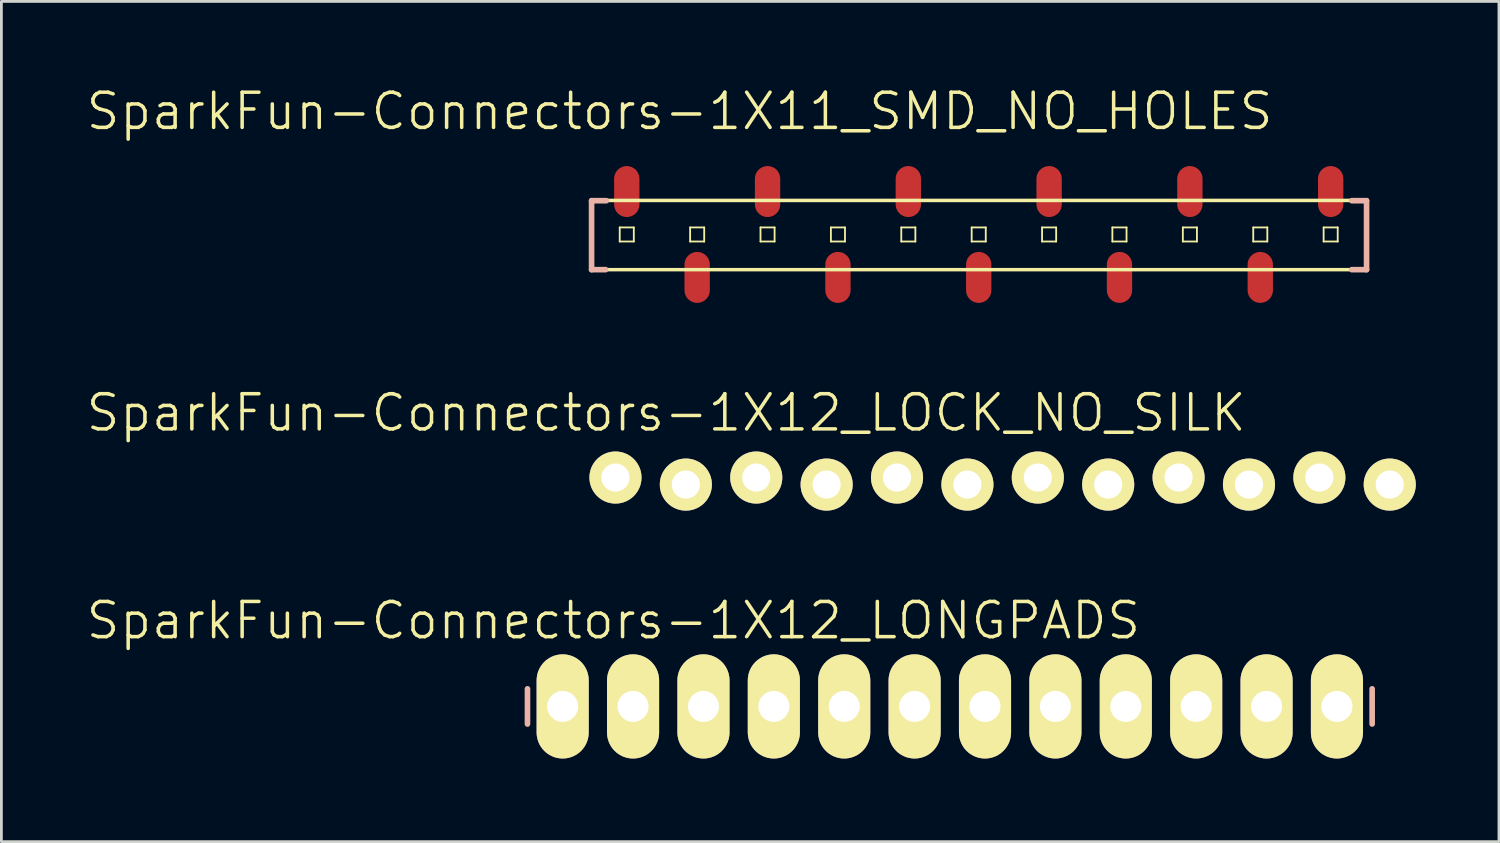
<source format=kicad_pcb>
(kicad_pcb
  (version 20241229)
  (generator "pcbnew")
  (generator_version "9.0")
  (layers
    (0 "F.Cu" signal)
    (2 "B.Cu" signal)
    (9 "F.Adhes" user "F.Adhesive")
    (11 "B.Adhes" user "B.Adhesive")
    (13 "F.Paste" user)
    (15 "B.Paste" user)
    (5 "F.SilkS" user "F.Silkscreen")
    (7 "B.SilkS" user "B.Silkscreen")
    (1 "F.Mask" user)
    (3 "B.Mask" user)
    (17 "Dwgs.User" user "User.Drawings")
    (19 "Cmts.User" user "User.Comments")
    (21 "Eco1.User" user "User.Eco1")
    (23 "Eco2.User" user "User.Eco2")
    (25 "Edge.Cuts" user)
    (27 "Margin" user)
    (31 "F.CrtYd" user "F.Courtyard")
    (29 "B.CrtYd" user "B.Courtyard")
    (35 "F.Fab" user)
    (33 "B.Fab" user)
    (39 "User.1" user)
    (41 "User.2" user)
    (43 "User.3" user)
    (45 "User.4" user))
  (footprint "SparkFun-Connectors-1X12_LOCK_NO_SILK"
    (layer "F.Cu")
    (at 19.159 14.309)
    (property "Reference" "SparkFun-Connectors-1X12_LOCK_NO_SILK" (at 1.829 -2.464 0) (layer "F.SilkS") (effects (font (size 1.27 1.27) (thickness 0.127))))
    (attr exclude_from_pos_files exclude_from_bom)
    (fp_line (start -0.254 -0.254) (end 0.254 -0.254) (stroke (width 0.066) (type solid)) (layer "F.SilkS"))
    (fp_line (start -0.254 0.254) (end -0.254 -0.254) (stroke (width 0.066) (type solid)) (layer "F.SilkS"))
    (fp_line (start -0.254 0.254) (end 0.254 0.254) (stroke (width 0.066) (type solid)) (layer "F.SilkS"))
    (fp_line (start 0.254 0.254) (end 0.254 -0.254) (stroke (width 0.066) (type solid)) (layer "F.SilkS"))
    (fp_line (start 2.286 -0.254) (end 2.794 -0.254) (stroke (width 0.066) (type solid)) (layer "F.SilkS"))
    (fp_line (start 2.286 0.254) (end 2.286 -0.254) (stroke (width 0.066) (type solid)) (layer "F.SilkS"))
    (fp_line (start 2.286 0.254) (end 2.794 0.254) (stroke (width 0.066) (type solid)) (layer "F.SilkS"))
    (fp_line (start 2.794 0.254) (end 2.794 -0.254) (stroke (width 0.066) (type solid)) (layer "F.SilkS"))
    (fp_line (start 4.826 -0.254) (end 5.334 -0.254) (stroke (width 0.066) (type solid)) (layer "F.SilkS"))
    (fp_line (start 4.826 0.254) (end 4.826 -0.254) (stroke (width 0.066) (type solid)) (layer "F.SilkS"))
    (fp_line (start 4.826 0.254) (end 5.334 0.254) (stroke (width 0.066) (type solid)) (layer "F.SilkS"))
    (fp_line (start 5.334 0.254) (end 5.334 -0.254) (stroke (width 0.066) (type solid)) (layer "F.SilkS"))
    (fp_line (start 7.366 -0.254) (end 7.874 -0.254) (stroke (width 0.066) (type solid)) (layer "F.SilkS"))
    (fp_line (start 7.366 0.254) (end 7.366 -0.254) (stroke (width 0.066) (type solid)) (layer "F.SilkS"))
    (fp_line (start 7.366 0.254) (end 7.874 0.254) (stroke (width 0.066) (type solid)) (layer "F.SilkS"))
    (fp_line (start 7.874 0.254) (end 7.874 -0.254) (stroke (width 0.066) (type solid)) (layer "F.SilkS"))
    (fp_line (start 9.906 -0.254) (end 10.414 -0.254) (stroke (width 0.066) (type solid)) (layer "F.SilkS"))
    (fp_line (start 9.906 0.254) (end 9.906 -0.254) (stroke (width 0.066) (type solid)) (layer "F.SilkS"))
    (fp_line (start 9.906 0.254) (end 10.414 0.254) (stroke (width 0.066) (type solid)) (layer "F.SilkS"))
    (fp_line (start 10.414 0.254) (end 10.414 -0.254) (stroke (width 0.066) (type solid)) (layer "F.SilkS"))
    (fp_line (start 12.446 -0.254) (end 12.954 -0.254) (stroke (width 0.066) (type solid)) (layer "F.SilkS"))
    (fp_line (start 12.446 0.254) (end 12.446 -0.254) (stroke (width 0.066) (type solid)) (layer "F.SilkS"))
    (fp_line (start 12.446 0.254) (end 12.954 0.254) (stroke (width 0.066) (type solid)) (layer "F.SilkS"))
    (fp_line (start 12.954 0.254) (end 12.954 -0.254) (stroke (width 0.066) (type solid)) (layer "F.SilkS"))
    (fp_line (start 14.986 -0.254) (end 15.494 -0.254) (stroke (width 0.066) (type solid)) (layer "F.SilkS"))
    (fp_line (start 14.986 0.254) (end 14.986 -0.254) (stroke (width 0.066) (type solid)) (layer "F.SilkS"))
    (fp_line (start 14.986 0.254) (end 15.494 0.254) (stroke (width 0.066) (type solid)) (layer "F.SilkS"))
    (fp_line (start 15.494 0.254) (end 15.494 -0.254) (stroke (width 0.066) (type solid)) (layer "F.SilkS"))
    (fp_line (start 17.523 -0.254) (end 18.034 -0.254) (stroke (width 0.066) (type solid)) (layer "F.SilkS"))
    (fp_line (start 17.523 0.254) (end 17.523 -0.254) (stroke (width 0.066) (type solid)) (layer "F.SilkS"))
    (fp_line (start 17.523 0.254) (end 18.034 0.254) (stroke (width 0.066) (type solid)) (layer "F.SilkS"))
    (fp_line (start 18.034 0.254) (end 18.034 -0.254) (stroke (width 0.066) (type solid)) (layer "F.SilkS"))
    (fp_line (start 20.066 -0.254) (end 20.574 -0.254) (stroke (width 0.066) (type solid)) (layer "F.SilkS"))
    (fp_line (start 20.066 0.254) (end 20.066 -0.254) (stroke (width 0.066) (type solid)) (layer "F.SilkS"))
    (fp_line (start 20.066 0.254) (end 20.574 0.254) (stroke (width 0.066) (type solid)) (layer "F.SilkS"))
    (fp_line (start 20.574 0.254) (end 20.574 -0.254) (stroke (width 0.066) (type solid)) (layer "F.SilkS"))
    (fp_line (start 22.606 -0.254) (end 23.114 -0.254) (stroke (width 0.066) (type solid)) (layer "F.SilkS"))
    (fp_line (start 22.606 0.254) (end 22.606 -0.254) (stroke (width 0.066) (type solid)) (layer "F.SilkS"))
    (fp_line (start 22.606 0.254) (end 23.114 0.254) (stroke (width 0.066) (type solid)) (layer "F.SilkS"))
    (fp_line (start 23.114 0.254) (end 23.114 -0.254) (stroke (width 0.066) (type solid)) (layer "F.SilkS"))
    (fp_line (start 25.146 -0.254) (end 25.654 -0.254) (stroke (width 0.066) (type solid)) (layer "F.SilkS"))
    (fp_line (start 25.146 0.254) (end 25.146 -0.254) (stroke (width 0.066) (type solid)) (layer "F.SilkS"))
    (fp_line (start 25.146 0.254) (end 25.654 0.254) (stroke (width 0.066) (type solid)) (layer "F.SilkS"))
    (fp_line (start 25.654 0.254) (end 25.654 -0.254) (stroke (width 0.066) (type solid)) (layer "F.SilkS"))
    (fp_line (start 27.686 -0.254) (end 28.194 -0.254) (stroke (width 0.066) (type solid)) (layer "F.SilkS"))
    (fp_line (start 27.686 0.254) (end 27.686 -0.254) (stroke (width 0.066) (type solid)) (layer "F.SilkS"))
    (fp_line (start 27.686 0.254) (end 28.194 0.254) (stroke (width 0.066) (type solid)) (layer "F.SilkS"))
    (fp_line (start 28.194 0.254) (end 28.194 -0.254) (stroke (width 0.066) (type solid)) (layer "F.SilkS"))
    (pad "1" thru_hole circle (at 0 -0.127) (size 1.88 1.88) (drill 1.016) (layers "*.Cu" "F.Mask" "F.SilkS" "F.Paste"))
    (pad "2" thru_hole circle (at 2.54 0.127) (size 1.88 1.88) (drill 1.016) (layers "*.Cu" "F.Mask" "F.SilkS" "F.Paste"))
    (pad "3" thru_hole circle (at 5.08 -0.127) (size 1.88 1.88) (drill 1.016) (layers "*.Cu" "F.Mask" "F.SilkS" "F.Paste"))
    (pad "4" thru_hole circle (at 7.62 0.127) (size 1.88 1.88) (drill 1.016) (layers "*.Cu" "F.Mask" "F.SilkS" "F.Paste"))
    (pad "5" thru_hole circle (at 10.16 -0.127) (size 1.88 1.88) (drill 1.016) (layers "*.Cu" "F.Mask" "F.SilkS" "F.Paste"))
    (pad "6" thru_hole circle (at 12.7 0.127) (size 1.88 1.88) (drill 1.016) (layers "*.Cu" "F.Mask" "F.SilkS" "F.Paste"))
    (pad "7" thru_hole circle (at 15.24 -0.127) (size 1.88 1.88) (drill 1.016) (layers "*.Cu" "F.Mask" "F.SilkS" "F.Paste"))
    (pad "8" thru_hole circle (at 17.78 0.127) (size 1.88 1.88) (drill 1.016) (layers "*.Cu" "F.Mask" "F.SilkS" "F.Paste"))
    (pad "9" thru_hole circle (at 20.32 -0.127) (size 1.88 1.88) (drill 1.016) (layers "*.Cu" "F.Mask" "F.SilkS" "F.Paste"))
    (pad "10" thru_hole circle (at 22.86 0.127) (size 1.88 1.88) (drill 1.016) (layers "*.Cu" "F.Mask" "F.SilkS" "F.Paste"))
    (pad "11" thru_hole circle (at 25.4 -0.127) (size 1.88 1.88) (drill 1.016) (layers "*.Cu" "F.Mask" "F.SilkS" "F.Paste"))
    (pad "12" thru_hole circle (at 27.94 0.127) (size 1.88 1.88) (drill 1.016) (layers "*.Cu" "F.Mask" "F.SilkS" "F.Paste")))
  (footprint "SparkFun-Connectors-1X11_SMD_NO_HOLES"
    (layer "F.Cu")
    (at 19.567 5.411)
    (property "Reference" "SparkFun-Connectors-1X11_SMD_NO_HOLES" (at 1.905 -4.445 0) (layer "F.SilkS") (effects (font (size 1.27 1.27) (thickness 0.127))))
    (attr smd)
    (fp_line (start -1.27 -1.229) (end 26.67 -1.229) (stroke (width 0.127) (type solid)) (layer "F.SilkS"))
    (fp_line (start -1.27 1.27) (end -1.27 -1.229) (stroke (width 0.127) (type solid)) (layer "F.SilkS"))
    (fp_line (start -1.27 1.27) (end 26.67 1.27) (stroke (width 0.127) (type solid)) (layer "F.SilkS"))
    (fp_line (start -0.254 -0.254) (end 0.254 -0.254) (stroke (width 0.066) (type solid)) (layer "F.SilkS"))
    (fp_line (start -0.254 0.254) (end -0.254 -0.254) (stroke (width 0.066) (type solid)) (layer "F.SilkS"))
    (fp_line (start -0.254 0.254) (end 0.254 0.254) (stroke (width 0.066) (type solid)) (layer "F.SilkS"))
    (fp_line (start 0.254 0.254) (end 0.254 -0.254) (stroke (width 0.066) (type solid)) (layer "F.SilkS"))
    (fp_line (start 2.286 -0.254) (end 2.794 -0.254) (stroke (width 0.066) (type solid)) (layer "F.SilkS"))
    (fp_line (start 2.286 0.254) (end 2.286 -0.254) (stroke (width 0.066) (type solid)) (layer "F.SilkS"))
    (fp_line (start 2.286 0.254) (end 2.794 0.254) (stroke (width 0.066) (type solid)) (layer "F.SilkS"))
    (fp_line (start 2.794 0.254) (end 2.794 -0.254) (stroke (width 0.066) (type solid)) (layer "F.SilkS"))
    (fp_line (start 4.826 -0.254) (end 5.334 -0.254) (stroke (width 0.066) (type solid)) (layer "F.SilkS"))
    (fp_line (start 4.826 0.254) (end 4.826 -0.254) (stroke (width 0.066) (type solid)) (layer "F.SilkS"))
    (fp_line (start 4.826 0.254) (end 5.334 0.254) (stroke (width 0.066) (type solid)) (layer "F.SilkS"))
    (fp_line (start 5.334 0.254) (end 5.334 -0.254) (stroke (width 0.066) (type solid)) (layer "F.SilkS"))
    (fp_line (start 7.366 -0.254) (end 7.874 -0.254) (stroke (width 0.066) (type solid)) (layer "F.SilkS"))
    (fp_line (start 7.366 0.254) (end 7.366 -0.254) (stroke (width 0.066) (type solid)) (layer "F.SilkS"))
    (fp_line (start 7.366 0.254) (end 7.874 0.254) (stroke (width 0.066) (type solid)) (layer "F.SilkS"))
    (fp_line (start 7.874 0.254) (end 7.874 -0.254) (stroke (width 0.066) (type solid)) (layer "F.SilkS"))
    (fp_line (start 9.906 -0.254) (end 10.414 -0.254) (stroke (width 0.066) (type solid)) (layer "F.SilkS"))
    (fp_line (start 9.906 0.254) (end 9.906 -0.254) (stroke (width 0.066) (type solid)) (layer "F.SilkS"))
    (fp_line (start 9.906 0.254) (end 10.414 0.254) (stroke (width 0.066) (type solid)) (layer "F.SilkS"))
    (fp_line (start 10.414 0.254) (end 10.414 -0.254) (stroke (width 0.066) (type solid)) (layer "F.SilkS"))
    (fp_line (start 12.446 -0.254) (end 12.954 -0.254) (stroke (width 0.066) (type solid)) (layer "F.SilkS"))
    (fp_line (start 12.446 0.254) (end 12.446 -0.254) (stroke (width 0.066) (type solid)) (layer "F.SilkS"))
    (fp_line (start 12.446 0.254) (end 12.954 0.254) (stroke (width 0.066) (type solid)) (layer "F.SilkS"))
    (fp_line (start 12.954 0.254) (end 12.954 -0.254) (stroke (width 0.066) (type solid)) (layer "F.SilkS"))
    (fp_line (start 14.986 -0.254) (end 15.494 -0.254) (stroke (width 0.066) (type solid)) (layer "F.SilkS"))
    (fp_line (start 14.986 0.254) (end 14.986 -0.254) (stroke (width 0.066) (type solid)) (layer "F.SilkS"))
    (fp_line (start 14.986 0.254) (end 15.494 0.254) (stroke (width 0.066) (type solid)) (layer "F.SilkS"))
    (fp_line (start 15.494 0.254) (end 15.494 -0.254) (stroke (width 0.066) (type solid)) (layer "F.SilkS"))
    (fp_line (start 17.523 -0.254) (end 18.034 -0.254) (stroke (width 0.066) (type solid)) (layer "F.SilkS"))
    (fp_line (start 17.523 0.254) (end 17.523 -0.254) (stroke (width 0.066) (type solid)) (layer "F.SilkS"))
    (fp_line (start 17.523 0.254) (end 18.034 0.254) (stroke (width 0.066) (type solid)) (layer "F.SilkS"))
    (fp_line (start 18.034 0.254) (end 18.034 -0.254) (stroke (width 0.066) (type solid)) (layer "F.SilkS"))
    (fp_line (start 20.066 -0.254) (end 20.574 -0.254) (stroke (width 0.066) (type solid)) (layer "F.SilkS"))
    (fp_line (start 20.066 0.254) (end 20.066 -0.254) (stroke (width 0.066) (type solid)) (layer "F.SilkS"))
    (fp_line (start 20.066 0.254) (end 20.574 0.254) (stroke (width 0.066) (type solid)) (layer "F.SilkS"))
    (fp_line (start 20.574 0.254) (end 20.574 -0.254) (stroke (width 0.066) (type solid)) (layer "F.SilkS"))
    (fp_line (start 22.606 -0.254) (end 23.114 -0.254) (stroke (width 0.066) (type solid)) (layer "F.SilkS"))
    (fp_line (start 22.606 0.254) (end 22.606 -0.254) (stroke (width 0.066) (type solid)) (layer "F.SilkS"))
    (fp_line (start 22.606 0.254) (end 23.114 0.254) (stroke (width 0.066) (type solid)) (layer "F.SilkS"))
    (fp_line (start 23.114 0.254) (end 23.114 -0.254) (stroke (width 0.066) (type solid)) (layer "F.SilkS"))
    (fp_line (start 25.146 -0.254) (end 25.654 -0.254) (stroke (width 0.066) (type solid)) (layer "F.SilkS"))
    (fp_line (start 25.146 0.254) (end 25.146 -0.254) (stroke (width 0.066) (type solid)) (layer "F.SilkS"))
    (fp_line (start 25.146 0.254) (end 25.654 0.254) (stroke (width 0.066) (type solid)) (layer "F.SilkS"))
    (fp_line (start 25.654 0.254) (end 25.654 -0.254) (stroke (width 0.066) (type solid)) (layer "F.SilkS"))
    (fp_line (start 26.67 1.27) (end 26.67 -1.229) (stroke (width 0.127) (type solid)) (layer "F.SilkS"))
    (fp_line (start -1.27 -1.219) (end -1.27 1.27) (stroke (width 0.203) (type solid)) (layer "B.SilkS"))
    (fp_line (start -1.27 1.27) (end -0.762 1.27) (stroke (width 0.203) (type solid)) (layer "B.SilkS"))
    (fp_line (start -0.737 -1.219) (end -1.27 -1.219) (stroke (width 0.203) (type solid)) (layer "B.SilkS"))
    (fp_line (start 26.695 -1.219) (end 26.162 -1.219) (stroke (width 0.203) (type solid)) (layer "B.SilkS"))
    (fp_line (start 26.695 -1.219) (end 26.695 1.27) (stroke (width 0.203) (type solid)) (layer "B.SilkS"))
    (fp_line (start 26.695 1.27) (end 26.162 1.27) (stroke (width 0.203) (type solid)) (layer "B.SilkS"))
    (pad "P$1" smd oval (at 0 -1.549 90) (size 1.839 0.914) (layers "F.Cu" "F.Mask" "F.Paste"))
    (pad "P$2" smd oval (at 2.54 1.549 90) (size 1.839 0.914) (layers "F.Cu" "F.Mask" "F.Paste"))
    (pad "P$3" smd oval (at 5.08 -1.549 90) (size 1.839 0.914) (layers "F.Cu" "F.Mask" "F.Paste"))
    (pad "P$4" smd oval (at 7.62 1.549 90) (size 1.839 0.914) (layers "F.Cu" "F.Mask" "F.Paste"))
    (pad "P$5" smd oval (at 10.16 -1.549 90) (size 1.839 0.914) (layers "F.Cu" "F.Mask" "F.Paste"))
    (pad "P$6" smd oval (at 12.7 1.549 90) (size 1.839 0.914) (layers "F.Cu" "F.Mask" "F.Paste"))
    (pad "P$7" smd oval (at 15.24 -1.549 90) (size 1.839 0.914) (layers "F.Cu" "F.Mask" "F.Paste"))
    (pad "P$8" smd oval (at 17.78 1.549 90) (size 1.839 0.914) (layers "F.Cu" "F.Mask" "F.Paste"))
    (pad "P$9" smd oval (at 20.32 -1.549 90) (size 1.839 0.914) (layers "F.Cu" "F.Mask" "F.Paste"))
    (pad "P$10" smd oval (at 22.86 1.549 90) (size 1.839 0.914) (layers "F.Cu" "F.Mask" "F.Paste"))
    (pad "P$11" smd oval (at 25.4 -1.549 90) (size 1.839 0.914) (layers "F.Cu" "F.Mask" "F.Paste")))
  (footprint "SparkFun-Connectors-1X12_LONGPADS"
    (layer "F.Cu")
    (at 17.254 22.441)
    (property "Reference" "SparkFun-Connectors-1X12_LONGPADS" (at 1.829 -3.099 0) (layer "F.SilkS") (effects (font (size 1.27 1.27) (thickness 0.127))))
    (attr exclude_from_pos_files exclude_from_bom)
    (fp_line (start -0.254 -0.254) (end 0.254 -0.254) (stroke (width 0.066) (type solid)) (layer "F.SilkS"))
    (fp_line (start -0.254 0.254) (end -0.254 -0.254) (stroke (width 0.066) (type solid)) (layer "F.SilkS"))
    (fp_line (start -0.254 0.254) (end 0.254 0.254) (stroke (width 0.066) (type solid)) (layer "F.SilkS"))
    (fp_line (start 0.254 0.254) (end 0.254 -0.254) (stroke (width 0.066) (type solid)) (layer "F.SilkS"))
    (fp_line (start 2.286 -0.254) (end 2.794 -0.254) (stroke (width 0.066) (type solid)) (layer "F.SilkS"))
    (fp_line (start 2.286 0.254) (end 2.286 -0.254) (stroke (width 0.066) (type solid)) (layer "F.SilkS"))
    (fp_line (start 2.286 0.254) (end 2.794 0.254) (stroke (width 0.066) (type solid)) (layer "F.SilkS"))
    (fp_line (start 2.794 0.254) (end 2.794 -0.254) (stroke (width 0.066) (type solid)) (layer "F.SilkS"))
    (fp_line (start 4.826 -0.254) (end 5.334 -0.254) (stroke (width 0.066) (type solid)) (layer "F.SilkS"))
    (fp_line (start 4.826 0.254) (end 4.826 -0.254) (stroke (width 0.066) (type solid)) (layer "F.SilkS"))
    (fp_line (start 4.826 0.254) (end 5.334 0.254) (stroke (width 0.066) (type solid)) (layer "F.SilkS"))
    (fp_line (start 5.334 0.254) (end 5.334 -0.254) (stroke (width 0.066) (type solid)) (layer "F.SilkS"))
    (fp_line (start 7.366 -0.254) (end 7.874 -0.254) (stroke (width 0.066) (type solid)) (layer "F.SilkS"))
    (fp_line (start 7.366 0.254) (end 7.366 -0.254) (stroke (width 0.066) (type solid)) (layer "F.SilkS"))
    (fp_line (start 7.366 0.254) (end 7.874 0.254) (stroke (width 0.066) (type solid)) (layer "F.SilkS"))
    (fp_line (start 7.874 0.254) (end 7.874 -0.254) (stroke (width 0.066) (type solid)) (layer "F.SilkS"))
    (fp_line (start 9.906 -0.254) (end 10.414 -0.254) (stroke (width 0.066) (type solid)) (layer "F.SilkS"))
    (fp_line (start 9.906 0.254) (end 9.906 -0.254) (stroke (width 0.066) (type solid)) (layer "F.SilkS"))
    (fp_line (start 9.906 0.254) (end 10.414 0.254) (stroke (width 0.066) (type solid)) (layer "F.SilkS"))
    (fp_line (start 10.414 0.254) (end 10.414 -0.254) (stroke (width 0.066) (type solid)) (layer "F.SilkS"))
    (fp_line (start 12.446 -0.254) (end 12.954 -0.254) (stroke (width 0.066) (type solid)) (layer "F.SilkS"))
    (fp_line (start 12.446 0.254) (end 12.446 -0.254) (stroke (width 0.066) (type solid)) (layer "F.SilkS"))
    (fp_line (start 12.446 0.254) (end 12.954 0.254) (stroke (width 0.066) (type solid)) (layer "F.SilkS"))
    (fp_line (start 12.954 0.254) (end 12.954 -0.254) (stroke (width 0.066) (type solid)) (layer "F.SilkS"))
    (fp_line (start 14.986 -0.254) (end 15.494 -0.254) (stroke (width 0.066) (type solid)) (layer "F.SilkS"))
    (fp_line (start 14.986 0.254) (end 14.986 -0.254) (stroke (width 0.066) (type solid)) (layer "F.SilkS"))
    (fp_line (start 14.986 0.254) (end 15.494 0.254) (stroke (width 0.066) (type solid)) (layer "F.SilkS"))
    (fp_line (start 15.494 0.254) (end 15.494 -0.254) (stroke (width 0.066) (type solid)) (layer "F.SilkS"))
    (fp_line (start 17.523 -0.254) (end 18.034 -0.254) (stroke (width 0.066) (type solid)) (layer "F.SilkS"))
    (fp_line (start 17.523 0.254) (end 17.523 -0.254) (stroke (width 0.066) (type solid)) (layer "F.SilkS"))
    (fp_line (start 17.523 0.254) (end 18.034 0.254) (stroke (width 0.066) (type solid)) (layer "F.SilkS"))
    (fp_line (start 18.034 0.254) (end 18.034 -0.254) (stroke (width 0.066) (type solid)) (layer "F.SilkS"))
    (fp_line (start 20.066 -0.254) (end 20.574 -0.254) (stroke (width 0.066) (type solid)) (layer "F.SilkS"))
    (fp_line (start 20.066 0.254) (end 20.066 -0.254) (stroke (width 0.066) (type solid)) (layer "F.SilkS"))
    (fp_line (start 20.066 0.254) (end 20.574 0.254) (stroke (width 0.066) (type solid)) (layer "F.SilkS"))
    (fp_line (start 20.574 0.254) (end 20.574 -0.254) (stroke (width 0.066) (type solid)) (layer "F.SilkS"))
    (fp_line (start 22.606 -0.254) (end 23.114 -0.254) (stroke (width 0.066) (type solid)) (layer "F.SilkS"))
    (fp_line (start 22.606 0.254) (end 22.606 -0.254) (stroke (width 0.066) (type solid)) (layer "F.SilkS"))
    (fp_line (start 22.606 0.254) (end 23.114 0.254) (stroke (width 0.066) (type solid)) (layer "F.SilkS"))
    (fp_line (start 23.114 0.254) (end 23.114 -0.254) (stroke (width 0.066) (type solid)) (layer "F.SilkS"))
    (fp_line (start 25.146 -0.254) (end 25.654 -0.254) (stroke (width 0.066) (type solid)) (layer "F.SilkS"))
    (fp_line (start 25.146 0.254) (end 25.146 -0.254) (stroke (width 0.066) (type solid)) (layer "F.SilkS"))
    (fp_line (start 25.146 0.254) (end 25.654 0.254) (stroke (width 0.066) (type solid)) (layer "F.SilkS"))
    (fp_line (start 25.654 0.254) (end 25.654 -0.254) (stroke (width 0.066) (type solid)) (layer "F.SilkS"))
    (fp_line (start 27.686 -0.254) (end 28.194 -0.254) (stroke (width 0.066) (type solid)) (layer "F.SilkS"))
    (fp_line (start 27.686 0.254) (end 27.686 -0.254) (stroke (width 0.066) (type solid)) (layer "F.SilkS"))
    (fp_line (start 27.686 0.254) (end 28.194 0.254) (stroke (width 0.066) (type solid)) (layer "F.SilkS"))
    (fp_line (start 28.194 0.254) (end 28.194 -0.254) (stroke (width 0.066) (type solid)) (layer "F.SilkS"))
    (fp_line (start -1.27 -0.635) (end -1.27 0.635) (stroke (width 0.203) (type solid)) (layer "B.SilkS"))
    (fp_line (start 29.21 -0.635) (end 29.21 0.635) (stroke (width 0.203) (type solid)) (layer "B.SilkS"))
    (pad "1" thru_hole oval (at 0 0 180) (size 1.88 3.759) (drill 1.118) (layers "*.Cu" "F.Mask" "F.SilkS" "F.Paste"))
    (pad "2" thru_hole oval (at 2.54 0 180) (size 1.88 3.759) (drill 1.118) (layers "*.Cu" "F.Mask" "F.SilkS" "F.Paste"))
    (pad "3" thru_hole oval (at 5.08 0 180) (size 1.88 3.759) (drill 1.118) (layers "*.Cu" "F.Mask" "F.SilkS" "F.Paste"))
    (pad "4" thru_hole oval (at 7.62 0 180) (size 1.88 3.759) (drill 1.118) (layers "*.Cu" "F.Mask" "F.SilkS" "F.Paste"))
    (pad "5" thru_hole oval (at 10.16 0 180) (size 1.88 3.759) (drill 1.118) (layers "*.Cu" "F.Mask" "F.SilkS" "F.Paste"))
    (pad "6" thru_hole oval (at 12.7 0 180) (size 1.88 3.759) (drill 1.118) (layers "*.Cu" "F.Mask" "F.SilkS" "F.Paste"))
    (pad "7" thru_hole oval (at 15.24 0 180) (size 1.88 3.759) (drill 1.118) (layers "*.Cu" "F.Mask" "F.SilkS" "F.Paste"))
    (pad "8" thru_hole oval (at 17.78 0 180) (size 1.88 3.759) (drill 1.118) (layers "*.Cu" "F.Mask" "F.SilkS" "F.Paste"))
    (pad "9" thru_hole oval (at 20.32 0 180) (size 1.88 3.759) (drill 1.118) (layers "*.Cu" "F.Mask" "F.SilkS" "F.Paste"))
    (pad "10" thru_hole oval (at 22.86 0 180) (size 1.88 3.759) (drill 1.118) (layers "*.Cu" "F.Mask" "F.SilkS" "F.Paste"))
    (pad "11" thru_hole oval (at 25.4 0 180) (size 1.88 3.759) (drill 1.118) (layers "*.Cu" "F.Mask" "F.SilkS" "F.Paste"))
    (pad "12" thru_hole oval (at 27.94 0 180) (size 1.88 3.759) (drill 1.118) (layers "*.Cu" "F.Mask" "F.SilkS" "F.Paste")))
  (gr_rect
    (start -3 -3)
    (end 51.039 27.32)
    (stroke (width 0.1) (type default))
    (fill no)
    (layer "Edge.Cuts")))
</source>
